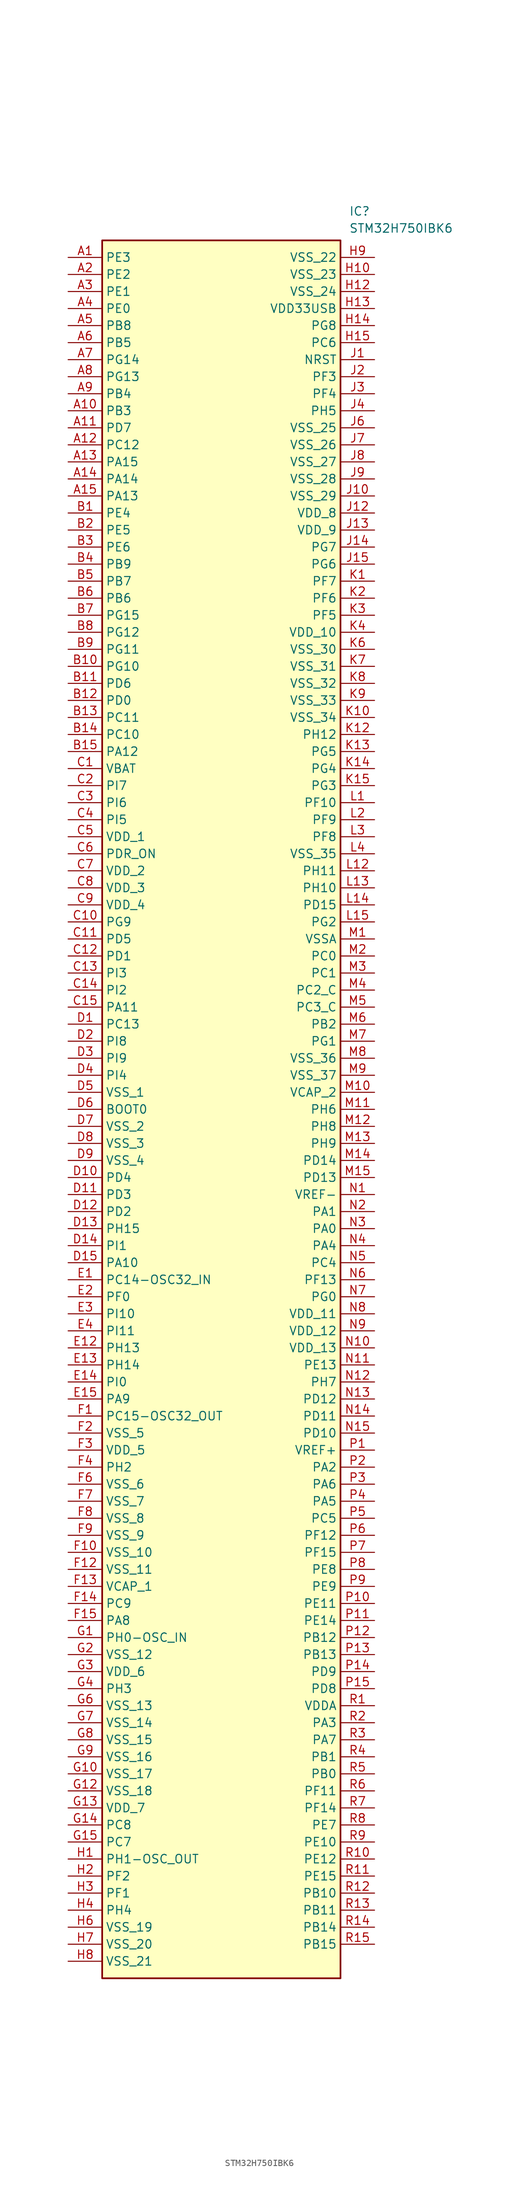
<source format=kicad_sym>
(kicad_symbol_lib
  (version 20231120)
  (generator "kicad_symbol_editor")
  (generator_version "8.0")
  (symbol "STM32H750IBK6"
    (property "Reference" "IC"
      (at 41.91 7.62 0)
      (effects (font (size 1.27 1.27)) (justify left top)))
    (property "Value" "STM32H750IBK6"
      (at 41.91 5.08 0)
      (effects (font (size 1.27 1.27)) (justify left top)))
    (symbol "STM32H750IBK6_1_1"
      (rectangle (start 5.08 2.54) (end 40.64 -256.54) (stroke (width 0.254) (type default)) (fill (type background)))
      (pin passive line (at 0 0 0) (length 5.08) (name "PE3" (effects (font (size 1.27 1.27)))) (number "A1" (effects (font (size 1.27 1.27)))))
      (pin passive line (at 0 -22.86 0) (length 5.08) (name "PB3" (effects (font (size 1.27 1.27)))) (number "A10" (effects (font (size 1.27 1.27)))))
      (pin passive line (at 0 -25.4 0) (length 5.08) (name "PD7" (effects (font (size 1.27 1.27)))) (number "A11" (effects (font (size 1.27 1.27)))))
      (pin passive line (at 0 -27.94 0) (length 5.08) (name "PC12" (effects (font (size 1.27 1.27)))) (number "A12" (effects (font (size 1.27 1.27)))))
      (pin passive line (at 0 -30.48 0) (length 5.08) (name "PA15" (effects (font (size 1.27 1.27)))) (number "A13" (effects (font (size 1.27 1.27)))))
      (pin passive line (at 0 -33.02 0) (length 5.08) (name "PA14" (effects (font (size 1.27 1.27)))) (number "A14" (effects (font (size 1.27 1.27)))))
      (pin passive line (at 0 -35.56 0) (length 5.08) (name "PA13" (effects (font (size 1.27 1.27)))) (number "A15" (effects (font (size 1.27 1.27)))))
      (pin passive line (at 0 -2.54 0) (length 5.08) (name "PE2" (effects (font (size 1.27 1.27)))) (number "A2" (effects (font (size 1.27 1.27)))))
      (pin passive line (at 0 -5.08 0) (length 5.08) (name "PE1" (effects (font (size 1.27 1.27)))) (number "A3" (effects (font (size 1.27 1.27)))))
      (pin passive line (at 0 -7.62 0) (length 5.08) (name "PE0" (effects (font (size 1.27 1.27)))) (number "A4" (effects (font (size 1.27 1.27)))))
      (pin passive line (at 0 -10.16 0) (length 5.08) (name "PB8" (effects (font (size 1.27 1.27)))) (number "A5" (effects (font (size 1.27 1.27)))))
      (pin passive line (at 0 -12.7 0) (length 5.08) (name "PB5" (effects (font (size 1.27 1.27)))) (number "A6" (effects (font (size 1.27 1.27)))))
      (pin passive line (at 0 -15.24 0) (length 5.08) (name "PG14" (effects (font (size 1.27 1.27)))) (number "A7" (effects (font (size 1.27 1.27)))))
      (pin passive line (at 0 -17.78 0) (length 5.08) (name "PG13" (effects (font (size 1.27 1.27)))) (number "A8" (effects (font (size 1.27 1.27)))))
      (pin passive line (at 0 -20.32 0) (length 5.08) (name "PB4" (effects (font (size 1.27 1.27)))) (number "A9" (effects (font (size 1.27 1.27)))))
      (pin passive line (at 0 -38.1 0) (length 5.08) (name "PE4" (effects (font (size 1.27 1.27)))) (number "B1" (effects (font (size 1.27 1.27)))))
      (pin passive line (at 0 -60.96 0) (length 5.08) (name "PG10" (effects (font (size 1.27 1.27)))) (number "B10" (effects (font (size 1.27 1.27)))))
      (pin passive line (at 0 -63.5 0) (length 5.08) (name "PD6" (effects (font (size 1.27 1.27)))) (number "B11" (effects (font (size 1.27 1.27)))))
      (pin passive line (at 0 -66.04 0) (length 5.08) (name "PD0" (effects (font (size 1.27 1.27)))) (number "B12" (effects (font (size 1.27 1.27)))))
      (pin passive line (at 0 -68.58 0) (length 5.08) (name "PC11" (effects (font (size 1.27 1.27)))) (number "B13" (effects (font (size 1.27 1.27)))))
      (pin passive line (at 0 -71.12 0) (length 5.08) (name "PC10" (effects (font (size 1.27 1.27)))) (number "B14" (effects (font (size 1.27 1.27)))))
      (pin passive line (at 0 -73.66 0) (length 5.08) (name "PA12" (effects (font (size 1.27 1.27)))) (number "B15" (effects (font (size 1.27 1.27)))))
      (pin passive line (at 0 -40.64 0) (length 5.08) (name "PE5" (effects (font (size 1.27 1.27)))) (number "B2" (effects (font (size 1.27 1.27)))))
      (pin passive line (at 0 -43.18 0) (length 5.08) (name "PE6" (effects (font (size 1.27 1.27)))) (number "B3" (effects (font (size 1.27 1.27)))))
      (pin passive line (at 0 -45.72 0) (length 5.08) (name "PB9" (effects (font (size 1.27 1.27)))) (number "B4" (effects (font (size 1.27 1.27)))))
      (pin passive line (at 0 -48.26 0) (length 5.08) (name "PB7" (effects (font (size 1.27 1.27)))) (number "B5" (effects (font (size 1.27 1.27)))))
      (pin passive line (at 0 -50.8 0) (length 5.08) (name "PB6" (effects (font (size 1.27 1.27)))) (number "B6" (effects (font (size 1.27 1.27)))))
      (pin passive line (at 0 -53.34 0) (length 5.08) (name "PG15" (effects (font (size 1.27 1.27)))) (number "B7" (effects (font (size 1.27 1.27)))))
      (pin passive line (at 0 -55.88 0) (length 5.08) (name "PG12" (effects (font (size 1.27 1.27)))) (number "B8" (effects (font (size 1.27 1.27)))))
      (pin passive line (at 0 -58.42 0) (length 5.08) (name "PG11" (effects (font (size 1.27 1.27)))) (number "B9" (effects (font (size 1.27 1.27)))))
      (pin passive line (at 0 -76.2 0) (length 5.08) (name "VBAT" (effects (font (size 1.27 1.27)))) (number "C1" (effects (font (size 1.27 1.27)))))
      (pin passive line (at 0 -99.06 0) (length 5.08) (name "PG9" (effects (font (size 1.27 1.27)))) (number "C10" (effects (font (size 1.27 1.27)))))
      (pin passive line (at 0 -101.6 0) (length 5.08) (name "PD5" (effects (font (size 1.27 1.27)))) (number "C11" (effects (font (size 1.27 1.27)))))
      (pin passive line (at 0 -104.14 0) (length 5.08) (name "PD1" (effects (font (size 1.27 1.27)))) (number "C12" (effects (font (size 1.27 1.27)))))
      (pin passive line (at 0 -106.68 0) (length 5.08) (name "PI3" (effects (font (size 1.27 1.27)))) (number "C13" (effects (font (size 1.27 1.27)))))
      (pin passive line (at 0 -109.22 0) (length 5.08) (name "PI2" (effects (font (size 1.27 1.27)))) (number "C14" (effects (font (size 1.27 1.27)))))
      (pin passive line (at 0 -111.76 0) (length 5.08) (name "PA11" (effects (font (size 1.27 1.27)))) (number "C15" (effects (font (size 1.27 1.27)))))
      (pin passive line (at 0 -78.74 0) (length 5.08) (name "PI7" (effects (font (size 1.27 1.27)))) (number "C2" (effects (font (size 1.27 1.27)))))
      (pin passive line (at 0 -81.28 0) (length 5.08) (name "PI6" (effects (font (size 1.27 1.27)))) (number "C3" (effects (font (size 1.27 1.27)))))
      (pin passive line (at 0 -83.82 0) (length 5.08) (name "PI5" (effects (font (size 1.27 1.27)))) (number "C4" (effects (font (size 1.27 1.27)))))
      (pin passive line (at 0 -86.36 0) (length 5.08) (name "VDD_1" (effects (font (size 1.27 1.27)))) (number "C5" (effects (font (size 1.27 1.27)))))
      (pin passive line (at 0 -88.9 0) (length 5.08) (name "PDR_ON" (effects (font (size 1.27 1.27)))) (number "C6" (effects (font (size 1.27 1.27)))))
      (pin passive line (at 0 -91.44 0) (length 5.08) (name "VDD_2" (effects (font (size 1.27 1.27)))) (number "C7" (effects (font (size 1.27 1.27)))))
      (pin passive line (at 0 -93.98 0) (length 5.08) (name "VDD_3" (effects (font (size 1.27 1.27)))) (number "C8" (effects (font (size 1.27 1.27)))))
      (pin passive line (at 0 -96.52 0) (length 5.08) (name "VDD_4" (effects (font (size 1.27 1.27)))) (number "C9" (effects (font (size 1.27 1.27)))))
      (pin passive line (at 0 -114.3 0) (length 5.08) (name "PC13" (effects (font (size 1.27 1.27)))) (number "D1" (effects (font (size 1.27 1.27)))))
      (pin passive line (at 0 -137.16 0) (length 5.08) (name "PD4" (effects (font (size 1.27 1.27)))) (number "D10" (effects (font (size 1.27 1.27)))))
      (pin passive line (at 0 -139.7 0) (length 5.08) (name "PD3" (effects (font (size 1.27 1.27)))) (number "D11" (effects (font (size 1.27 1.27)))))
      (pin passive line (at 0 -142.24 0) (length 5.08) (name "PD2" (effects (font (size 1.27 1.27)))) (number "D12" (effects (font (size 1.27 1.27)))))
      (pin passive line (at 0 -144.78 0) (length 5.08) (name "PH15" (effects (font (size 1.27 1.27)))) (number "D13" (effects (font (size 1.27 1.27)))))
      (pin passive line (at 0 -147.32 0) (length 5.08) (name "PI1" (effects (font (size 1.27 1.27)))) (number "D14" (effects (font (size 1.27 1.27)))))
      (pin passive line (at 0 -149.86 0) (length 5.08) (name "PA10" (effects (font (size 1.27 1.27)))) (number "D15" (effects (font (size 1.27 1.27)))))
      (pin passive line (at 0 -116.84 0) (length 5.08) (name "PI8" (effects (font (size 1.27 1.27)))) (number "D2" (effects (font (size 1.27 1.27)))))
      (pin passive line (at 0 -119.38 0) (length 5.08) (name "PI9" (effects (font (size 1.27 1.27)))) (number "D3" (effects (font (size 1.27 1.27)))))
      (pin passive line (at 0 -121.92 0) (length 5.08) (name "PI4" (effects (font (size 1.27 1.27)))) (number "D4" (effects (font (size 1.27 1.27)))))
      (pin passive line (at 0 -124.46 0) (length 5.08) (name "VSS_1" (effects (font (size 1.27 1.27)))) (number "D5" (effects (font (size 1.27 1.27)))))
      (pin passive line (at 0 -127 0) (length 5.08) (name "BOOT0" (effects (font (size 1.27 1.27)))) (number "D6" (effects (font (size 1.27 1.27)))))
      (pin passive line (at 0 -129.54 0) (length 5.08) (name "VSS_2" (effects (font (size 1.27 1.27)))) (number "D7" (effects (font (size 1.27 1.27)))))
      (pin passive line (at 0 -132.08 0) (length 5.08) (name "VSS_3" (effects (font (size 1.27 1.27)))) (number "D8" (effects (font (size 1.27 1.27)))))
      (pin passive line (at 0 -134.62 0) (length 5.08) (name "VSS_4" (effects (font (size 1.27 1.27)))) (number "D9" (effects (font (size 1.27 1.27)))))
      (pin passive line (at 0 -152.4 0) (length 5.08) (name "PC14-OSC32_IN" (effects (font (size 1.27 1.27)))) (number "E1" (effects (font (size 1.27 1.27)))))
      (pin passive line (at 0 -162.56 0) (length 5.08) (name "PH13" (effects (font (size 1.27 1.27)))) (number "E12" (effects (font (size 1.27 1.27)))))
      (pin passive line (at 0 -165.1 0) (length 5.08) (name "PH14" (effects (font (size 1.27 1.27)))) (number "E13" (effects (font (size 1.27 1.27)))))
      (pin passive line (at 0 -167.64 0) (length 5.08) (name "PI0" (effects (font (size 1.27 1.27)))) (number "E14" (effects (font (size 1.27 1.27)))))
      (pin passive line (at 0 -170.18 0) (length 5.08) (name "PA9" (effects (font (size 1.27 1.27)))) (number "E15" (effects (font (size 1.27 1.27)))))
      (pin passive line (at 0 -154.94 0) (length 5.08) (name "PF0" (effects (font (size 1.27 1.27)))) (number "E2" (effects (font (size 1.27 1.27)))))
      (pin passive line (at 0 -157.48 0) (length 5.08) (name "PI10" (effects (font (size 1.27 1.27)))) (number "E3" (effects (font (size 1.27 1.27)))))
      (pin passive line (at 0 -160.02 0) (length 5.08) (name "PI11" (effects (font (size 1.27 1.27)))) (number "E4" (effects (font (size 1.27 1.27)))))
      (pin passive line (at 0 -172.72 0) (length 5.08) (name "PC15-OSC32_OUT" (effects (font (size 1.27 1.27)))) (number "F1" (effects (font (size 1.27 1.27)))))
      (pin passive line (at 0 -193.04 0) (length 5.08) (name "VSS_10" (effects (font (size 1.27 1.27)))) (number "F10" (effects (font (size 1.27 1.27)))))
      (pin passive line (at 0 -195.58 0) (length 5.08) (name "VSS_11" (effects (font (size 1.27 1.27)))) (number "F12" (effects (font (size 1.27 1.27)))))
      (pin passive line (at 0 -198.12 0) (length 5.08) (name "VCAP_1" (effects (font (size 1.27 1.27)))) (number "F13" (effects (font (size 1.27 1.27)))))
      (pin passive line (at 0 -200.66 0) (length 5.08) (name "PC9" (effects (font (size 1.27 1.27)))) (number "F14" (effects (font (size 1.27 1.27)))))
      (pin passive line (at 0 -203.2 0) (length 5.08) (name "PA8" (effects (font (size 1.27 1.27)))) (number "F15" (effects (font (size 1.27 1.27)))))
      (pin passive line (at 0 -175.26 0) (length 5.08) (name "VSS_5" (effects (font (size 1.27 1.27)))) (number "F2" (effects (font (size 1.27 1.27)))))
      (pin passive line (at 0 -177.8 0) (length 5.08) (name "VDD_5" (effects (font (size 1.27 1.27)))) (number "F3" (effects (font (size 1.27 1.27)))))
      (pin passive line (at 0 -180.34 0) (length 5.08) (name "PH2" (effects (font (size 1.27 1.27)))) (number "F4" (effects (font (size 1.27 1.27)))))
      (pin passive line (at 0 -182.88 0) (length 5.08) (name "VSS_6" (effects (font (size 1.27 1.27)))) (number "F6" (effects (font (size 1.27 1.27)))))
      (pin passive line (at 0 -185.42 0) (length 5.08) (name "VSS_7" (effects (font (size 1.27 1.27)))) (number "F7" (effects (font (size 1.27 1.27)))))
      (pin passive line (at 0 -187.96 0) (length 5.08) (name "VSS_8" (effects (font (size 1.27 1.27)))) (number "F8" (effects (font (size 1.27 1.27)))))
      (pin passive line (at 0 -190.5 0) (length 5.08) (name "VSS_9" (effects (font (size 1.27 1.27)))) (number "F9" (effects (font (size 1.27 1.27)))))
      (pin passive line (at 0 -205.74 0) (length 5.08) (name "PH0-OSC_IN" (effects (font (size 1.27 1.27)))) (number "G1" (effects (font (size 1.27 1.27)))))
      (pin passive line (at 0 -226.06 0) (length 5.08) (name "VSS_17" (effects (font (size 1.27 1.27)))) (number "G10" (effects (font (size 1.27 1.27)))))
      (pin passive line (at 0 -228.6 0) (length 5.08) (name "VSS_18" (effects (font (size 1.27 1.27)))) (number "G12" (effects (font (size 1.27 1.27)))))
      (pin passive line (at 0 -231.14 0) (length 5.08) (name "VDD_7" (effects (font (size 1.27 1.27)))) (number "G13" (effects (font (size 1.27 1.27)))))
      (pin passive line (at 0 -233.68 0) (length 5.08) (name "PC8" (effects (font (size 1.27 1.27)))) (number "G14" (effects (font (size 1.27 1.27)))))
      (pin passive line (at 0 -236.22 0) (length 5.08) (name "PC7" (effects (font (size 1.27 1.27)))) (number "G15" (effects (font (size 1.27 1.27)))))
      (pin passive line (at 0 -208.28 0) (length 5.08) (name "VSS_12" (effects (font (size 1.27 1.27)))) (number "G2" (effects (font (size 1.27 1.27)))))
      (pin passive line (at 0 -210.82 0) (length 5.08) (name "VDD_6" (effects (font (size 1.27 1.27)))) (number "G3" (effects (font (size 1.27 1.27)))))
      (pin passive line (at 0 -213.36 0) (length 5.08) (name "PH3" (effects (font (size 1.27 1.27)))) (number "G4" (effects (font (size 1.27 1.27)))))
      (pin passive line (at 0 -215.9 0) (length 5.08) (name "VSS_13" (effects (font (size 1.27 1.27)))) (number "G6" (effects (font (size 1.27 1.27)))))
      (pin passive line (at 0 -218.44 0) (length 5.08) (name "VSS_14" (effects (font (size 1.27 1.27)))) (number "G7" (effects (font (size 1.27 1.27)))))
      (pin passive line (at 0 -220.98 0) (length 5.08) (name "VSS_15" (effects (font (size 1.27 1.27)))) (number "G8" (effects (font (size 1.27 1.27)))))
      (pin passive line (at 0 -223.52 0) (length 5.08) (name "VSS_16" (effects (font (size 1.27 1.27)))) (number "G9" (effects (font (size 1.27 1.27)))))
      (pin passive line (at 0 -238.76 0) (length 5.08) (name "PH1-OSC_OUT" (effects (font (size 1.27 1.27)))) (number "H1" (effects (font (size 1.27 1.27)))))
      (pin passive line (at 45.72 -2.54 180) (length 5.08) (name "VSS_23" (effects (font (size 1.27 1.27)))) (number "H10" (effects (font (size 1.27 1.27)))))
      (pin passive line (at 45.72 -5.08 180) (length 5.08) (name "VSS_24" (effects (font (size 1.27 1.27)))) (number "H12" (effects (font (size 1.27 1.27)))))
      (pin passive line (at 45.72 -7.62 180) (length 5.08) (name "VDD33USB" (effects (font (size 1.27 1.27)))) (number "H13" (effects (font (size 1.27 1.27)))))
      (pin passive line (at 45.72 -10.16 180) (length 5.08) (name "PG8" (effects (font (size 1.27 1.27)))) (number "H14" (effects (font (size 1.27 1.27)))))
      (pin passive line (at 45.72 -12.7 180) (length 5.08) (name "PC6" (effects (font (size 1.27 1.27)))) (number "H15" (effects (font (size 1.27 1.27)))))
      (pin passive line (at 0 -241.3 0) (length 5.08) (name "PF2" (effects (font (size 1.27 1.27)))) (number "H2" (effects (font (size 1.27 1.27)))))
      (pin passive line (at 0 -243.84 0) (length 5.08) (name "PF1" (effects (font (size 1.27 1.27)))) (number "H3" (effects (font (size 1.27 1.27)))))
      (pin passive line (at 0 -246.38 0) (length 5.08) (name "PH4" (effects (font (size 1.27 1.27)))) (number "H4" (effects (font (size 1.27 1.27)))))
      (pin passive line (at 0 -248.92 0) (length 5.08) (name "VSS_19" (effects (font (size 1.27 1.27)))) (number "H6" (effects (font (size 1.27 1.27)))))
      (pin passive line (at 0 -251.46 0) (length 5.08) (name "VSS_20" (effects (font (size 1.27 1.27)))) (number "H7" (effects (font (size 1.27 1.27)))))
      (pin passive line (at 0 -254 0) (length 5.08) (name "VSS_21" (effects (font (size 1.27 1.27)))) (number "H8" (effects (font (size 1.27 1.27)))))
      (pin passive line (at 45.72 0 180) (length 5.08) (name "VSS_22" (effects (font (size 1.27 1.27)))) (number "H9" (effects (font (size 1.27 1.27)))))
      (pin passive line (at 45.72 -15.24 180) (length 5.08) (name "NRST" (effects (font (size 1.27 1.27)))) (number "J1" (effects (font (size 1.27 1.27)))))
      (pin passive line (at 45.72 -35.56 180) (length 5.08) (name "VSS_29" (effects (font (size 1.27 1.27)))) (number "J10" (effects (font (size 1.27 1.27)))))
      (pin passive line (at 45.72 -38.1 180) (length 5.08) (name "VDD_8" (effects (font (size 1.27 1.27)))) (number "J12" (effects (font (size 1.27 1.27)))))
      (pin passive line (at 45.72 -40.64 180) (length 5.08) (name "VDD_9" (effects (font (size 1.27 1.27)))) (number "J13" (effects (font (size 1.27 1.27)))))
      (pin passive line (at 45.72 -43.18 180) (length 5.08) (name "PG7" (effects (font (size 1.27 1.27)))) (number "J14" (effects (font (size 1.27 1.27)))))
      (pin passive line (at 45.72 -45.72 180) (length 5.08) (name "PG6" (effects (font (size 1.27 1.27)))) (number "J15" (effects (font (size 1.27 1.27)))))
      (pin passive line (at 45.72 -17.78 180) (length 5.08) (name "PF3" (effects (font (size 1.27 1.27)))) (number "J2" (effects (font (size 1.27 1.27)))))
      (pin passive line (at 45.72 -20.32 180) (length 5.08) (name "PF4" (effects (font (size 1.27 1.27)))) (number "J3" (effects (font (size 1.27 1.27)))))
      (pin passive line (at 45.72 -22.86 180) (length 5.08) (name "PH5" (effects (font (size 1.27 1.27)))) (number "J4" (effects (font (size 1.27 1.27)))))
      (pin passive line (at 45.72 -25.4 180) (length 5.08) (name "VSS_25" (effects (font (size 1.27 1.27)))) (number "J6" (effects (font (size 1.27 1.27)))))
      (pin passive line (at 45.72 -27.94 180) (length 5.08) (name "VSS_26" (effects (font (size 1.27 1.27)))) (number "J7" (effects (font (size 1.27 1.27)))))
      (pin passive line (at 45.72 -30.48 180) (length 5.08) (name "VSS_27" (effects (font (size 1.27 1.27)))) (number "J8" (effects (font (size 1.27 1.27)))))
      (pin passive line (at 45.72 -33.02 180) (length 5.08) (name "VSS_28" (effects (font (size 1.27 1.27)))) (number "J9" (effects (font (size 1.27 1.27)))))
      (pin passive line (at 45.72 -48.26 180) (length 5.08) (name "PF7" (effects (font (size 1.27 1.27)))) (number "K1" (effects (font (size 1.27 1.27)))))
      (pin passive line (at 45.72 -68.58 180) (length 5.08) (name "VSS_34" (effects (font (size 1.27 1.27)))) (number "K10" (effects (font (size 1.27 1.27)))))
      (pin passive line (at 45.72 -71.12 180) (length 5.08) (name "PH12" (effects (font (size 1.27 1.27)))) (number "K12" (effects (font (size 1.27 1.27)))))
      (pin passive line (at 45.72 -73.66 180) (length 5.08) (name "PG5" (effects (font (size 1.27 1.27)))) (number "K13" (effects (font (size 1.27 1.27)))))
      (pin passive line (at 45.72 -76.2 180) (length 5.08) (name "PG4" (effects (font (size 1.27 1.27)))) (number "K14" (effects (font (size 1.27 1.27)))))
      (pin passive line (at 45.72 -78.74 180) (length 5.08) (name "PG3" (effects (font (size 1.27 1.27)))) (number "K15" (effects (font (size 1.27 1.27)))))
      (pin passive line (at 45.72 -50.8 180) (length 5.08) (name "PF6" (effects (font (size 1.27 1.27)))) (number "K2" (effects (font (size 1.27 1.27)))))
      (pin passive line (at 45.72 -53.34 180) (length 5.08) (name "PF5" (effects (font (size 1.27 1.27)))) (number "K3" (effects (font (size 1.27 1.27)))))
      (pin passive line (at 45.72 -55.88 180) (length 5.08) (name "VDD_10" (effects (font (size 1.27 1.27)))) (number "K4" (effects (font (size 1.27 1.27)))))
      (pin passive line (at 45.72 -58.42 180) (length 5.08) (name "VSS_30" (effects (font (size 1.27 1.27)))) (number "K6" (effects (font (size 1.27 1.27)))))
      (pin passive line (at 45.72 -60.96 180) (length 5.08) (name "VSS_31" (effects (font (size 1.27 1.27)))) (number "K7" (effects (font (size 1.27 1.27)))))
      (pin passive line (at 45.72 -63.5 180) (length 5.08) (name "VSS_32" (effects (font (size 1.27 1.27)))) (number "K8" (effects (font (size 1.27 1.27)))))
      (pin passive line (at 45.72 -66.04 180) (length 5.08) (name "VSS_33" (effects (font (size 1.27 1.27)))) (number "K9" (effects (font (size 1.27 1.27)))))
      (pin passive line (at 45.72 -81.28 180) (length 5.08) (name "PF10" (effects (font (size 1.27 1.27)))) (number "L1" (effects (font (size 1.27 1.27)))))
      (pin passive line (at 45.72 -91.44 180) (length 5.08) (name "PH11" (effects (font (size 1.27 1.27)))) (number "L12" (effects (font (size 1.27 1.27)))))
      (pin passive line (at 45.72 -93.98 180) (length 5.08) (name "PH10" (effects (font (size 1.27 1.27)))) (number "L13" (effects (font (size 1.27 1.27)))))
      (pin passive line (at 45.72 -96.52 180) (length 5.08) (name "PD15" (effects (font (size 1.27 1.27)))) (number "L14" (effects (font (size 1.27 1.27)))))
      (pin passive line (at 45.72 -99.06 180) (length 5.08) (name "PG2" (effects (font (size 1.27 1.27)))) (number "L15" (effects (font (size 1.27 1.27)))))
      (pin passive line (at 45.72 -83.82 180) (length 5.08) (name "PF9" (effects (font (size 1.27 1.27)))) (number "L2" (effects (font (size 1.27 1.27)))))
      (pin passive line (at 45.72 -86.36 180) (length 5.08) (name "PF8" (effects (font (size 1.27 1.27)))) (number "L3" (effects (font (size 1.27 1.27)))))
      (pin passive line (at 45.72 -88.9 180) (length 5.08) (name "VSS_35" (effects (font (size 1.27 1.27)))) (number "L4" (effects (font (size 1.27 1.27)))))
      (pin passive line (at 45.72 -101.6 180) (length 5.08) (name "VSSA" (effects (font (size 1.27 1.27)))) (number "M1" (effects (font (size 1.27 1.27)))))
      (pin passive line (at 45.72 -124.46 180) (length 5.08) (name "VCAP_2" (effects (font (size 1.27 1.27)))) (number "M10" (effects (font (size 1.27 1.27)))))
      (pin passive line (at 45.72 -127 180) (length 5.08) (name "PH6" (effects (font (size 1.27 1.27)))) (number "M11" (effects (font (size 1.27 1.27)))))
      (pin passive line (at 45.72 -129.54 180) (length 5.08) (name "PH8" (effects (font (size 1.27 1.27)))) (number "M12" (effects (font (size 1.27 1.27)))))
      (pin passive line (at 45.72 -132.08 180) (length 5.08) (name "PH9" (effects (font (size 1.27 1.27)))) (number "M13" (effects (font (size 1.27 1.27)))))
      (pin passive line (at 45.72 -134.62 180) (length 5.08) (name "PD14" (effects (font (size 1.27 1.27)))) (number "M14" (effects (font (size 1.27 1.27)))))
      (pin passive line (at 45.72 -137.16 180) (length 5.08) (name "PD13" (effects (font (size 1.27 1.27)))) (number "M15" (effects (font (size 1.27 1.27)))))
      (pin passive line (at 45.72 -104.14 180) (length 5.08) (name "PC0" (effects (font (size 1.27 1.27)))) (number "M2" (effects (font (size 1.27 1.27)))))
      (pin passive line (at 45.72 -106.68 180) (length 5.08) (name "PC1" (effects (font (size 1.27 1.27)))) (number "M3" (effects (font (size 1.27 1.27)))))
      (pin passive line (at 45.72 -109.22 180) (length 5.08) (name "PC2_C" (effects (font (size 1.27 1.27)))) (number "M4" (effects (font (size 1.27 1.27)))))
      (pin passive line (at 45.72 -111.76 180) (length 5.08) (name "PC3_C" (effects (font (size 1.27 1.27)))) (number "M5" (effects (font (size 1.27 1.27)))))
      (pin passive line (at 45.72 -114.3 180) (length 5.08) (name "PB2" (effects (font (size 1.27 1.27)))) (number "M6" (effects (font (size 1.27 1.27)))))
      (pin passive line (at 45.72 -116.84 180) (length 5.08) (name "PG1" (effects (font (size 1.27 1.27)))) (number "M7" (effects (font (size 1.27 1.27)))))
      (pin passive line (at 45.72 -119.38 180) (length 5.08) (name "VSS_36" (effects (font (size 1.27 1.27)))) (number "M8" (effects (font (size 1.27 1.27)))))
      (pin passive line (at 45.72 -121.92 180) (length 5.08) (name "VSS_37" (effects (font (size 1.27 1.27)))) (number "M9" (effects (font (size 1.27 1.27)))))
      (pin passive line (at 45.72 -139.7 180) (length 5.08) (name "VREF-" (effects (font (size 1.27 1.27)))) (number "N1" (effects (font (size 1.27 1.27)))))
      (pin passive line (at 45.72 -162.56 180) (length 5.08) (name "VDD_13" (effects (font (size 1.27 1.27)))) (number "N10" (effects (font (size 1.27 1.27)))))
      (pin passive line (at 45.72 -165.1 180) (length 5.08) (name "PE13" (effects (font (size 1.27 1.27)))) (number "N11" (effects (font (size 1.27 1.27)))))
      (pin passive line (at 45.72 -167.64 180) (length 5.08) (name "PH7" (effects (font (size 1.27 1.27)))) (number "N12" (effects (font (size 1.27 1.27)))))
      (pin passive line (at 45.72 -170.18 180) (length 5.08) (name "PD12" (effects (font (size 1.27 1.27)))) (number "N13" (effects (font (size 1.27 1.27)))))
      (pin passive line (at 45.72 -172.72 180) (length 5.08) (name "PD11" (effects (font (size 1.27 1.27)))) (number "N14" (effects (font (size 1.27 1.27)))))
      (pin passive line (at 45.72 -175.26 180) (length 5.08) (name "PD10" (effects (font (size 1.27 1.27)))) (number "N15" (effects (font (size 1.27 1.27)))))
      (pin passive line (at 45.72 -142.24 180) (length 5.08) (name "PA1" (effects (font (size 1.27 1.27)))) (number "N2" (effects (font (size 1.27 1.27)))))
      (pin passive line (at 45.72 -144.78 180) (length 5.08) (name "PA0" (effects (font (size 1.27 1.27)))) (number "N3" (effects (font (size 1.27 1.27)))))
      (pin passive line (at 45.72 -147.32 180) (length 5.08) (name "PA4" (effects (font (size 1.27 1.27)))) (number "N4" (effects (font (size 1.27 1.27)))))
      (pin passive line (at 45.72 -149.86 180) (length 5.08) (name "PC4" (effects (font (size 1.27 1.27)))) (number "N5" (effects (font (size 1.27 1.27)))))
      (pin passive line (at 45.72 -152.4 180) (length 5.08) (name "PF13" (effects (font (size 1.27 1.27)))) (number "N6" (effects (font (size 1.27 1.27)))))
      (pin passive line (at 45.72 -154.94 180) (length 5.08) (name "PG0" (effects (font (size 1.27 1.27)))) (number "N7" (effects (font (size 1.27 1.27)))))
      (pin passive line (at 45.72 -157.48 180) (length 5.08) (name "VDD_11" (effects (font (size 1.27 1.27)))) (number "N8" (effects (font (size 1.27 1.27)))))
      (pin passive line (at 45.72 -160.02 180) (length 5.08) (name "VDD_12" (effects (font (size 1.27 1.27)))) (number "N9" (effects (font (size 1.27 1.27)))))
      (pin passive line (at 45.72 -177.8 180) (length 5.08) (name "VREF+" (effects (font (size 1.27 1.27)))) (number "P1" (effects (font (size 1.27 1.27)))))
      (pin passive line (at 45.72 -200.66 180) (length 5.08) (name "PE11" (effects (font (size 1.27 1.27)))) (number "P10" (effects (font (size 1.27 1.27)))))
      (pin passive line (at 45.72 -203.2 180) (length 5.08) (name "PE14" (effects (font (size 1.27 1.27)))) (number "P11" (effects (font (size 1.27 1.27)))))
      (pin passive line (at 45.72 -205.74 180) (length 5.08) (name "PB12" (effects (font (size 1.27 1.27)))) (number "P12" (effects (font (size 1.27 1.27)))))
      (pin passive line (at 45.72 -208.28 180) (length 5.08) (name "PB13" (effects (font (size 1.27 1.27)))) (number "P13" (effects (font (size 1.27 1.27)))))
      (pin passive line (at 45.72 -210.82 180) (length 5.08) (name "PD9" (effects (font (size 1.27 1.27)))) (number "P14" (effects (font (size 1.27 1.27)))))
      (pin passive line (at 45.72 -213.36 180) (length 5.08) (name "PD8" (effects (font (size 1.27 1.27)))) (number "P15" (effects (font (size 1.27 1.27)))))
      (pin passive line (at 45.72 -180.34 180) (length 5.08) (name "PA2" (effects (font (size 1.27 1.27)))) (number "P2" (effects (font (size 1.27 1.27)))))
      (pin passive line (at 45.72 -182.88 180) (length 5.08) (name "PA6" (effects (font (size 1.27 1.27)))) (number "P3" (effects (font (size 1.27 1.27)))))
      (pin passive line (at 45.72 -185.42 180) (length 5.08) (name "PA5" (effects (font (size 1.27 1.27)))) (number "P4" (effects (font (size 1.27 1.27)))))
      (pin passive line (at 45.72 -187.96 180) (length 5.08) (name "PC5" (effects (font (size 1.27 1.27)))) (number "P5" (effects (font (size 1.27 1.27)))))
      (pin passive line (at 45.72 -190.5 180) (length 5.08) (name "PF12" (effects (font (size 1.27 1.27)))) (number "P6" (effects (font (size 1.27 1.27)))))
      (pin passive line (at 45.72 -193.04 180) (length 5.08) (name "PF15" (effects (font (size 1.27 1.27)))) (number "P7" (effects (font (size 1.27 1.27)))))
      (pin passive line (at 45.72 -195.58 180) (length 5.08) (name "PE8" (effects (font (size 1.27 1.27)))) (number "P8" (effects (font (size 1.27 1.27)))))
      (pin passive line (at 45.72 -198.12 180) (length 5.08) (name "PE9" (effects (font (size 1.27 1.27)))) (number "P9" (effects (font (size 1.27 1.27)))))
      (pin passive line (at 45.72 -215.9 180) (length 5.08) (name "VDDA" (effects (font (size 1.27 1.27)))) (number "R1" (effects (font (size 1.27 1.27)))))
      (pin passive line (at 45.72 -238.76 180) (length 5.08) (name "PE12" (effects (font (size 1.27 1.27)))) (number "R10" (effects (font (size 1.27 1.27)))))
      (pin passive line (at 45.72 -241.3 180) (length 5.08) (name "PE15" (effects (font (size 1.27 1.27)))) (number "R11" (effects (font (size 1.27 1.27)))))
      (pin passive line (at 45.72 -243.84 180) (length 5.08) (name "PB10" (effects (font (size 1.27 1.27)))) (number "R12" (effects (font (size 1.27 1.27)))))
      (pin passive line (at 45.72 -246.38 180) (length 5.08) (name "PB11" (effects (font (size 1.27 1.27)))) (number "R13" (effects (font (size 1.27 1.27)))))
      (pin passive line (at 45.72 -248.92 180) (length 5.08) (name "PB14" (effects (font (size 1.27 1.27)))) (number "R14" (effects (font (size 1.27 1.27)))))
      (pin passive line (at 45.72 -251.46 180) (length 5.08) (name "PB15" (effects (font (size 1.27 1.27)))) (number "R15" (effects (font (size 1.27 1.27)))))
      (pin passive line (at 45.72 -218.44 180) (length 5.08) (name "PA3" (effects (font (size 1.27 1.27)))) (number "R2" (effects (font (size 1.27 1.27)))))
      (pin passive line (at 45.72 -220.98 180) (length 5.08) (name "PA7" (effects (font (size 1.27 1.27)))) (number "R3" (effects (font (size 1.27 1.27)))))
      (pin passive line (at 45.72 -223.52 180) (length 5.08) (name "PB1" (effects (font (size 1.27 1.27)))) (number "R4" (effects (font (size 1.27 1.27)))))
      (pin passive line (at 45.72 -226.06 180) (length 5.08) (name "PB0" (effects (font (size 1.27 1.27)))) (number "R5" (effects (font (size 1.27 1.27)))))
      (pin passive line (at 45.72 -228.6 180) (length 5.08) (name "PF11" (effects (font (size 1.27 1.27)))) (number "R6" (effects (font (size 1.27 1.27)))))
      (pin passive line (at 45.72 -231.14 180) (length 5.08) (name "PF14" (effects (font (size 1.27 1.27)))) (number "R7" (effects (font (size 1.27 1.27)))))
      (pin passive line (at 45.72 -233.68 180) (length 5.08) (name "PE7" (effects (font (size 1.27 1.27)))) (number "R8" (effects (font (size 1.27 1.27)))))
      (pin passive line (at 45.72 -236.22 180) (length 5.08) (name "PE10" (effects (font (size 1.27 1.27)))) (number "R9" (effects (font (size 1.27 1.27))))))))
</source>
